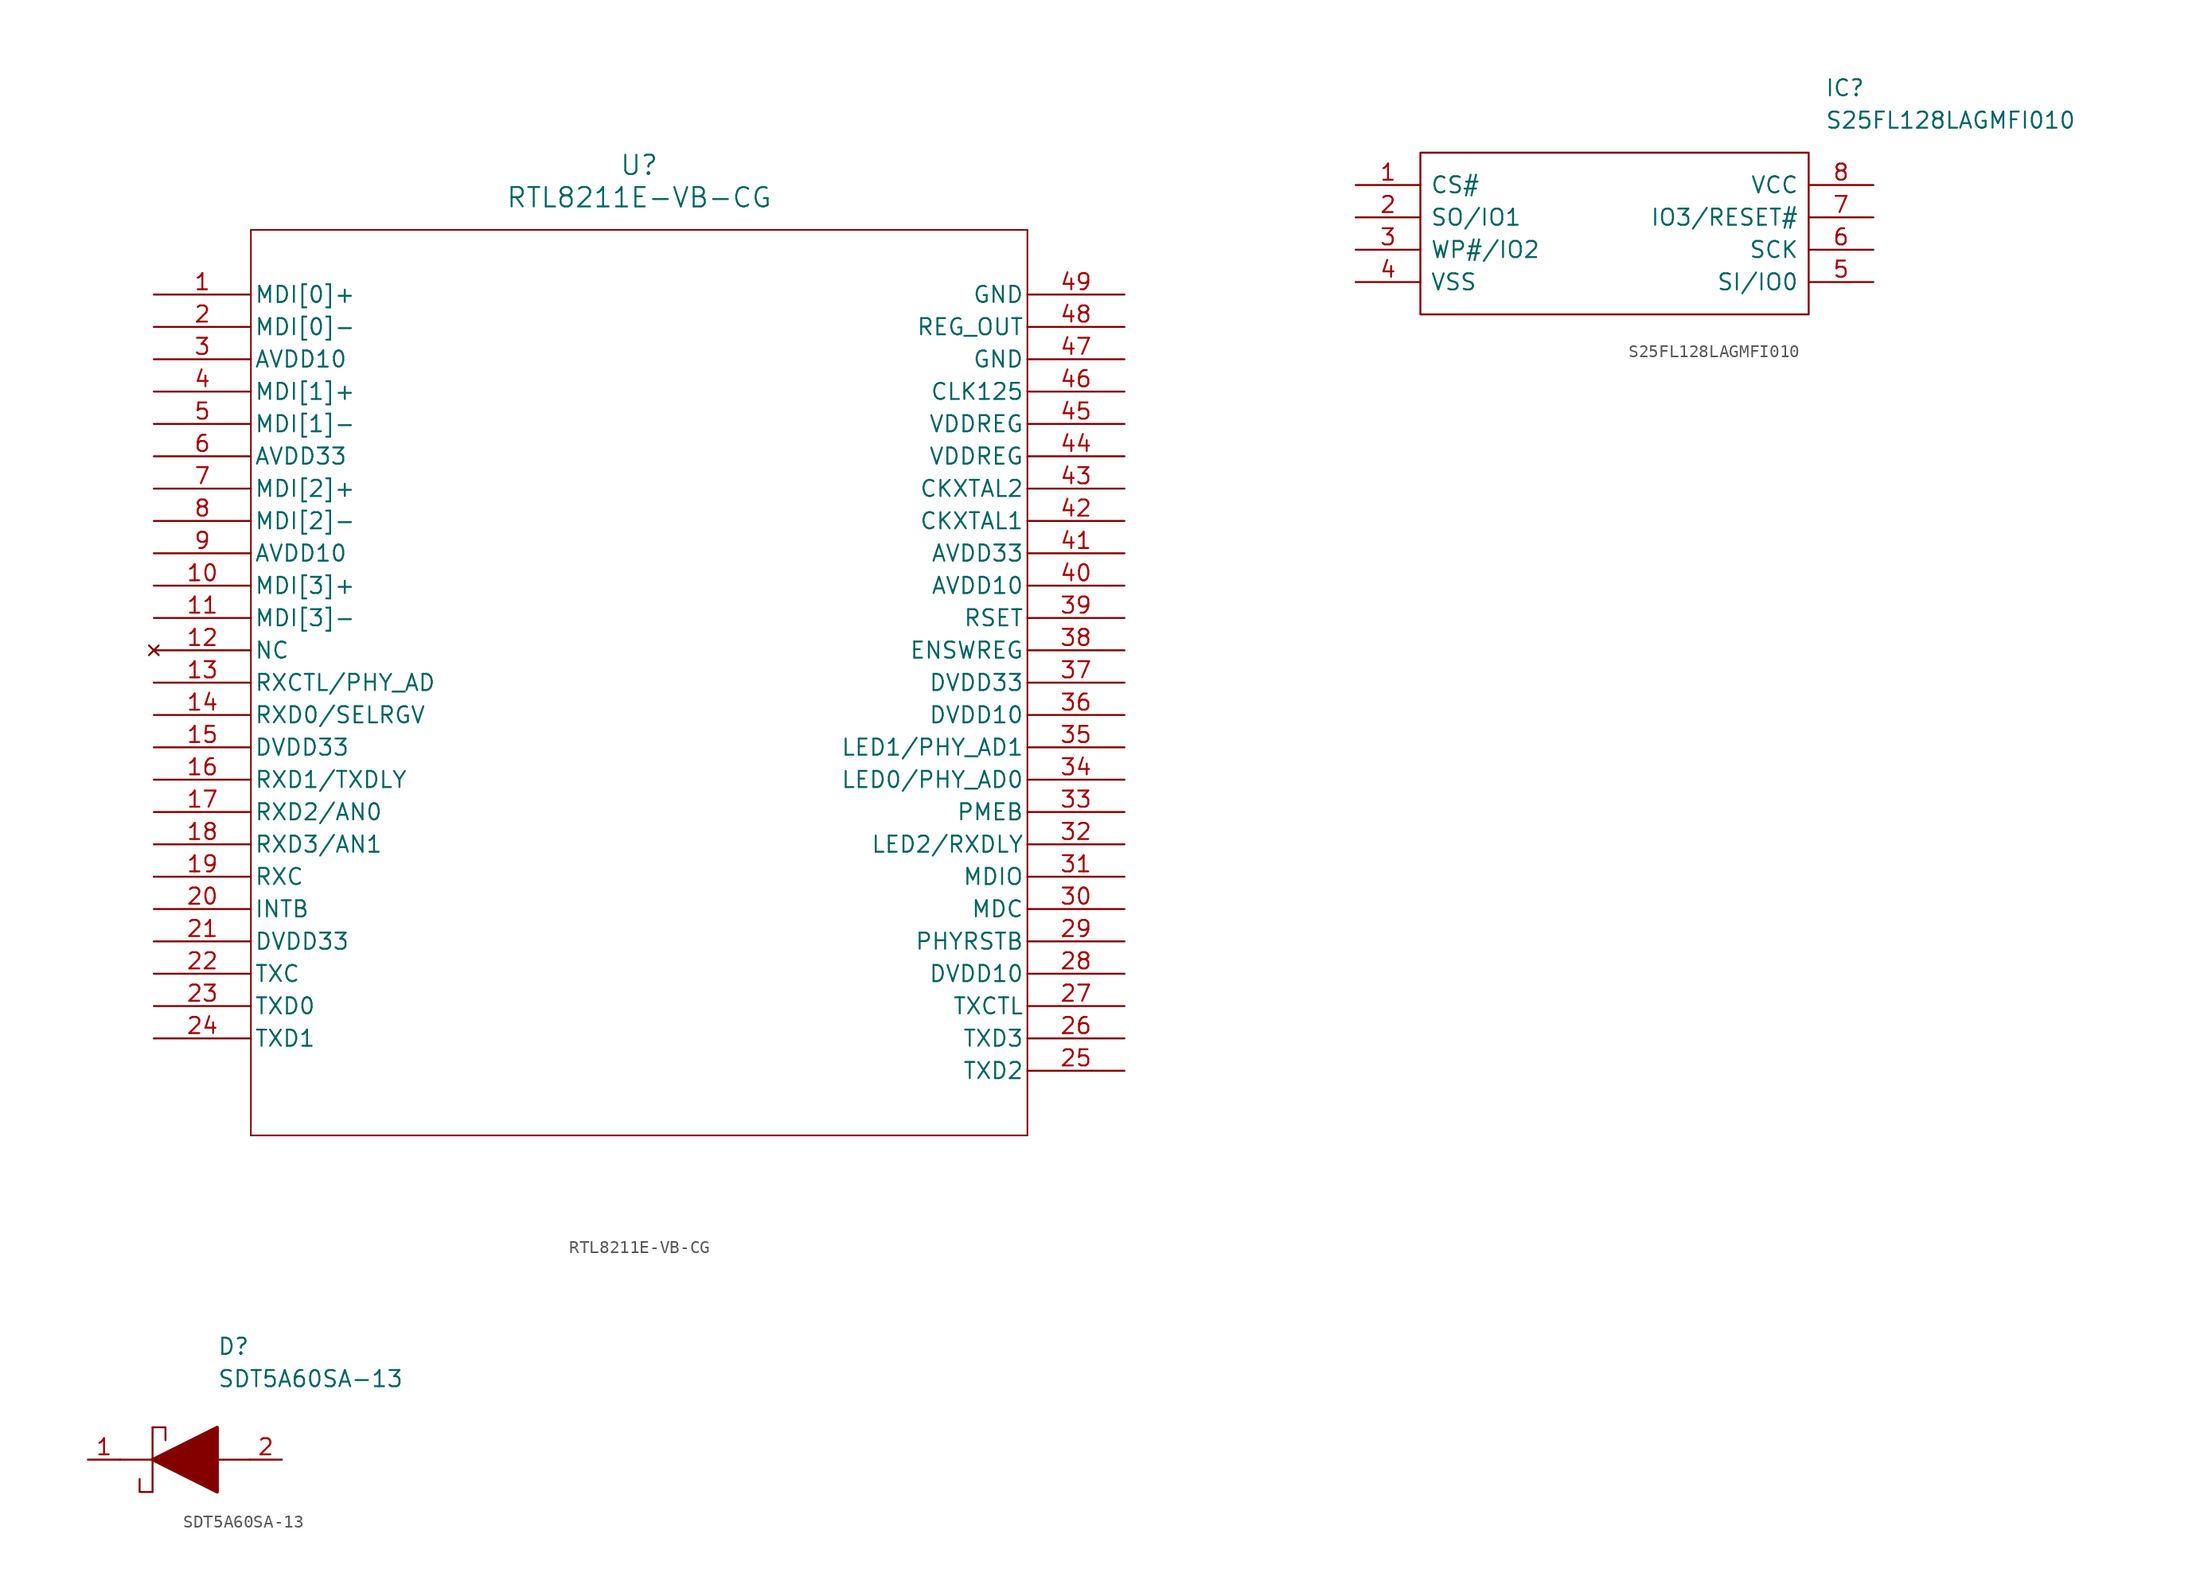
<source format=kicad_sym>
(kicad_symbol_lib
  (version 20231120)
  (generator "kicad_symbol_editor")
  (generator_version "8.0")
  (symbol "RTL8211E-VB-CG"
    (pin_names
      (offset 0.254))
    (property "Reference" "U"
      (at 38.1 10.16 0)
      (effects (font (size 1.524 1.524))))
    (property "Value" "RTL8211E-VB-CG"
      (at 38.1 7.62 0)
      (effects (font (size 1.524 1.524))))
    (property "ki_locked" ""
      (at 0 0 0)
      (effects (font (size 1.27 1.27))))
    (symbol "RTL8211E-VB-CG_0_1"
      (polyline (pts (xy 7.62 -66.04) (xy 68.58 -66.04)) (stroke (width 0.127) (type default)) (fill (type none)))
      (polyline (pts (xy 7.62 5.08) (xy 7.62 -66.04)) (stroke (width 0.127) (type default)) (fill (type none)))
      (polyline (pts (xy 68.58 -66.04) (xy 68.58 5.08)) (stroke (width 0.127) (type default)) (fill (type none)))
      (polyline (pts (xy 68.58 5.08) (xy 7.62 5.08)) (stroke (width 0.127) (type default)) (fill (type none)))
      (pin bidirectional line (at 0 0 0) (length 7.62) (name "MDI[0]+" (effects (font (size 1.27 1.27)))) (number "1" (effects (font (size 1.27 1.27)))))
      (pin bidirectional line (at 0 -22.86 0) (length 7.62) (name "MDI[3]+" (effects (font (size 1.27 1.27)))) (number "10" (effects (font (size 1.27 1.27)))))
      (pin bidirectional line (at 0 -25.4 0) (length 7.62) (name "MDI[3]-" (effects (font (size 1.27 1.27)))) (number "11" (effects (font (size 1.27 1.27)))))
      (pin no_connect line (at 0 -27.94 0) (length 7.62) (name "NC" (effects (font (size 1.27 1.27)))) (number "12" (effects (font (size 1.27 1.27)))))
      (pin output line (at 0 -30.48 0) (length 7.62) (name "RXCTL/PHY_AD" (effects (font (size 1.27 1.27)))) (number "13" (effects (font (size 1.27 1.27)))))
      (pin output line (at 0 -33.02 0) (length 7.62) (name "RXD0/SELRGV" (effects (font (size 1.27 1.27)))) (number "14" (effects (font (size 1.27 1.27)))))
      (pin power_in line (at 0 -35.56 0) (length 7.62) (name "DVDD33" (effects (font (size 1.27 1.27)))) (number "15" (effects (font (size 1.27 1.27)))))
      (pin output line (at 0 -38.1 0) (length 7.62) (name "RXD1/TXDLY" (effects (font (size 1.27 1.27)))) (number "16" (effects (font (size 1.27 1.27)))))
      (pin output line (at 0 -40.64 0) (length 7.62) (name "RXD2/AN0" (effects (font (size 1.27 1.27)))) (number "17" (effects (font (size 1.27 1.27)))))
      (pin output line (at 0 -43.18 0) (length 7.62) (name "RXD3/AN1" (effects (font (size 1.27 1.27)))) (number "18" (effects (font (size 1.27 1.27)))))
      (pin output line (at 0 -45.72 0) (length 7.62) (name "RXC" (effects (font (size 1.27 1.27)))) (number "19" (effects (font (size 1.27 1.27)))))
      (pin bidirectional line (at 0 -2.54 0) (length 7.62) (name "MDI[0]-" (effects (font (size 1.27 1.27)))) (number "2" (effects (font (size 1.27 1.27)))))
      (pin output line (at 0 -48.26 0) (length 7.62) (name "INTB" (effects (font (size 1.27 1.27)))) (number "20" (effects (font (size 1.27 1.27)))))
      (pin power_in line (at 0 -50.8 0) (length 7.62) (name "DVDD33" (effects (font (size 1.27 1.27)))) (number "21" (effects (font (size 1.27 1.27)))))
      (pin input line (at 0 -53.34 0) (length 7.62) (name "TXC" (effects (font (size 1.27 1.27)))) (number "22" (effects (font (size 1.27 1.27)))))
      (pin input line (at 0 -55.88 0) (length 7.62) (name "TXD0" (effects (font (size 1.27 1.27)))) (number "23" (effects (font (size 1.27 1.27)))))
      (pin input line (at 0 -58.42 0) (length 7.62) (name "TXD1" (effects (font (size 1.27 1.27)))) (number "24" (effects (font (size 1.27 1.27)))))
      (pin input line (at 76.2 -60.96 180) (length 7.62) (name "TXD2" (effects (font (size 1.27 1.27)))) (number "25" (effects (font (size 1.27 1.27)))))
      (pin input line (at 76.2 -58.42 180) (length 7.62) (name "TXD3" (effects (font (size 1.27 1.27)))) (number "26" (effects (font (size 1.27 1.27)))))
      (pin input line (at 76.2 -55.88 180) (length 7.62) (name "TXCTL" (effects (font (size 1.27 1.27)))) (number "27" (effects (font (size 1.27 1.27)))))
      (pin power_in line (at 76.2 -53.34 180) (length 7.62) (name "DVDD10" (effects (font (size 1.27 1.27)))) (number "28" (effects (font (size 1.27 1.27)))))
      (pin input line (at 76.2 -50.8 180) (length 7.62) (name "PHYRSTB" (effects (font (size 1.27 1.27)))) (number "29" (effects (font (size 1.27 1.27)))))
      (pin power_in line (at 0 -5.08 0) (length 7.62) (name "AVDD10" (effects (font (size 1.27 1.27)))) (number "3" (effects (font (size 1.27 1.27)))))
      (pin input line (at 76.2 -48.26 180) (length 7.62) (name "MDC" (effects (font (size 1.27 1.27)))) (number "30" (effects (font (size 1.27 1.27)))))
      (pin bidirectional line (at 76.2 -45.72 180) (length 7.62) (name "MDIO" (effects (font (size 1.27 1.27)))) (number "31" (effects (font (size 1.27 1.27)))))
      (pin output line (at 76.2 -43.18 180) (length 7.62) (name "LED2/RXDLY" (effects (font (size 1.27 1.27)))) (number "32" (effects (font (size 1.27 1.27)))))
      (pin output line (at 76.2 -40.64 180) (length 7.62) (name "PMEB" (effects (font (size 1.27 1.27)))) (number "33" (effects (font (size 1.27 1.27)))))
      (pin output line (at 76.2 -38.1 180) (length 7.62) (name "LED0/PHY_AD0" (effects (font (size 1.27 1.27)))) (number "34" (effects (font (size 1.27 1.27)))))
      (pin output line (at 76.2 -35.56 180) (length 7.62) (name "LED1/PHY_AD1" (effects (font (size 1.27 1.27)))) (number "35" (effects (font (size 1.27 1.27)))))
      (pin power_in line (at 76.2 -33.02 180) (length 7.62) (name "DVDD10" (effects (font (size 1.27 1.27)))) (number "36" (effects (font (size 1.27 1.27)))))
      (pin power_in line (at 76.2 -30.48 180) (length 7.62) (name "DVDD33" (effects (font (size 1.27 1.27)))) (number "37" (effects (font (size 1.27 1.27)))))
      (pin input line (at 76.2 -27.94 180) (length 7.62) (name "ENSWREG" (effects (font (size 1.27 1.27)))) (number "38" (effects (font (size 1.27 1.27)))))
      (pin output line (at 76.2 -25.4 180) (length 7.62) (name "RSET" (effects (font (size 1.27 1.27)))) (number "39" (effects (font (size 1.27 1.27)))))
      (pin bidirectional line (at 0 -7.62 0) (length 7.62) (name "MDI[1]+" (effects (font (size 1.27 1.27)))) (number "4" (effects (font (size 1.27 1.27)))))
      (pin power_in line (at 76.2 -22.86 180) (length 7.62) (name "AVDD10" (effects (font (size 1.27 1.27)))) (number "40" (effects (font (size 1.27 1.27)))))
      (pin power_in line (at 76.2 -20.32 180) (length 7.62) (name "AVDD33" (effects (font (size 1.27 1.27)))) (number "41" (effects (font (size 1.27 1.27)))))
      (pin input line (at 76.2 -17.78 180) (length 7.62) (name "CKXTAL1" (effects (font (size 1.27 1.27)))) (number "42" (effects (font (size 1.27 1.27)))))
      (pin output line (at 76.2 -15.24 180) (length 7.62) (name "CKXTAL2" (effects (font (size 1.27 1.27)))) (number "43" (effects (font (size 1.27 1.27)))))
      (pin power_in line (at 76.2 -12.7 180) (length 7.62) (name "VDDREG" (effects (font (size 1.27 1.27)))) (number "44" (effects (font (size 1.27 1.27)))))
      (pin power_in line (at 76.2 -10.16 180) (length 7.62) (name "VDDREG" (effects (font (size 1.27 1.27)))) (number "45" (effects (font (size 1.27 1.27)))))
      (pin output line (at 76.2 -7.62 180) (length 7.62) (name "CLK125" (effects (font (size 1.27 1.27)))) (number "46" (effects (font (size 1.27 1.27)))))
      (pin power_out line (at 76.2 -5.08 180) (length 7.62) (name "GND" (effects (font (size 1.27 1.27)))) (number "47" (effects (font (size 1.27 1.27)))))
      (pin output line (at 76.2 -2.54 180) (length 7.62) (name "REG_OUT" (effects (font (size 1.27 1.27)))) (number "48" (effects (font (size 1.27 1.27)))))
      (pin power_out line (at 76.2 0 180) (length 7.62) (name "GND" (effects (font (size 1.27 1.27)))) (number "49" (effects (font (size 1.27 1.27)))))
      (pin bidirectional line (at 0 -10.16 0) (length 7.62) (name "MDI[1]-" (effects (font (size 1.27 1.27)))) (number "5" (effects (font (size 1.27 1.27)))))
      (pin power_in line (at 0 -12.7 0) (length 7.62) (name "AVDD33" (effects (font (size 1.27 1.27)))) (number "6" (effects (font (size 1.27 1.27)))))
      (pin bidirectional line (at 0 -15.24 0) (length 7.62) (name "MDI[2]+" (effects (font (size 1.27 1.27)))) (number "7" (effects (font (size 1.27 1.27)))))
      (pin bidirectional line (at 0 -17.78 0) (length 7.62) (name "MDI[2]-" (effects (font (size 1.27 1.27)))) (number "8" (effects (font (size 1.27 1.27)))))
      (pin power_in line (at 0 -20.32 0) (length 7.62) (name "AVDD10" (effects (font (size 1.27 1.27)))) (number "9" (effects (font (size 1.27 1.27)))))))
  (symbol "S25FL128LAGMFI010"
    (pin_names
      (offset 0.762))
    (property "Reference" "IC"
      (at 36.83 7.62 0)
      (effects (font (size 1.27 1.27)) (justify left)))
    (property "Value" "S25FL128LAGMFI010"
      (at 36.83 5.08 0)
      (effects (font (size 1.27 1.27)) (justify left)))
    (symbol "S25FL128LAGMFI010_0_0"
      (pin passive line (at 0 0 0) (length 5.08) (name "CS#" (effects (font (size 1.27 1.27)))) (number "1" (effects (font (size 1.27 1.27)))))
      (pin passive line (at 0 -2.54 0) (length 5.08) (name "SO/IO1" (effects (font (size 1.27 1.27)))) (number "2" (effects (font (size 1.27 1.27)))))
      (pin passive line (at 0 -5.08 0) (length 5.08) (name "WP#/IO2" (effects (font (size 1.27 1.27)))) (number "3" (effects (font (size 1.27 1.27)))))
      (pin passive line (at 0 -7.62 0) (length 5.08) (name "VSS" (effects (font (size 1.27 1.27)))) (number "4" (effects (font (size 1.27 1.27)))))
      (pin passive line (at 40.64 -7.62 180) (length 5.08) (name "SI/IO0" (effects (font (size 1.27 1.27)))) (number "5" (effects (font (size 1.27 1.27)))))
      (pin passive line (at 40.64 -5.08 180) (length 5.08) (name "SCK" (effects (font (size 1.27 1.27)))) (number "6" (effects (font (size 1.27 1.27)))))
      (pin passive line (at 40.64 -2.54 180) (length 5.08) (name "IO3/RESET#" (effects (font (size 1.27 1.27)))) (number "7" (effects (font (size 1.27 1.27)))))
      (pin passive line (at 40.64 0 180) (length 5.08) (name "VCC" (effects (font (size 1.27 1.27)))) (number "8" (effects (font (size 1.27 1.27))))))
    (symbol "S25FL128LAGMFI010_0_1"
      (polyline (pts (xy 5.08 2.54) (xy 35.56 2.54) (xy 35.56 -10.16) (xy 5.08 -10.16) (xy 5.08 2.54)) (stroke (width 0.152) (type solid)) (fill (type none)))))
  (symbol "SDT5A60SA-13"
    (pin_names
      (offset 0.762))
    (property "Reference" "D"
      (at 12.7 8.89 0)
      (effects (font (size 1.27 1.27)) (justify left)))
    (property "Value" "SDT5A60SA-13"
      (at 12.7 6.35 0)
      (effects (font (size 1.27 1.27)) (justify left)))
    (symbol "SDT5A60SA-13_0_0"
      (pin passive line (at 2.54 0 0) (length 2.54) (name "~" (effects (font (size 1.27 1.27)))) (number "1" (effects (font (size 1.27 1.27)))))
      (pin passive line (at 17.78 0 180) (length 2.54) (name "~" (effects (font (size 1.27 1.27)))) (number "2" (effects (font (size 1.27 1.27))))))
    (symbol "SDT5A60SA-13_0_1"
      (polyline (pts (xy 5.08 0) (xy 7.62 0)) (stroke (width 0.152) (type solid)) (fill (type none)))
      (polyline (pts (xy 7.62 2.54) (xy 7.62 -2.54)) (stroke (width 0.152) (type solid)) (fill (type none)))
      (polyline (pts (xy 12.7 0) (xy 15.24 0)) (stroke (width 0.152) (type solid)) (fill (type none)))
      (polyline (pts (xy 7.62 -2.54) (xy 6.604 -2.54) (xy 6.604 -1.524)) (stroke (width 0.152) (type solid)) (fill (type none)))
      (polyline (pts (xy 7.62 2.54) (xy 8.636 2.54) (xy 8.636 1.524)) (stroke (width 0.152) (type solid)) (fill (type none)))
      (polyline (pts (xy 7.62 0) (xy 12.7 2.54) (xy 12.7 -2.54) (xy 7.62 0)) (stroke (width 0.254) (type solid)) (fill (type outline))))))
</source>
